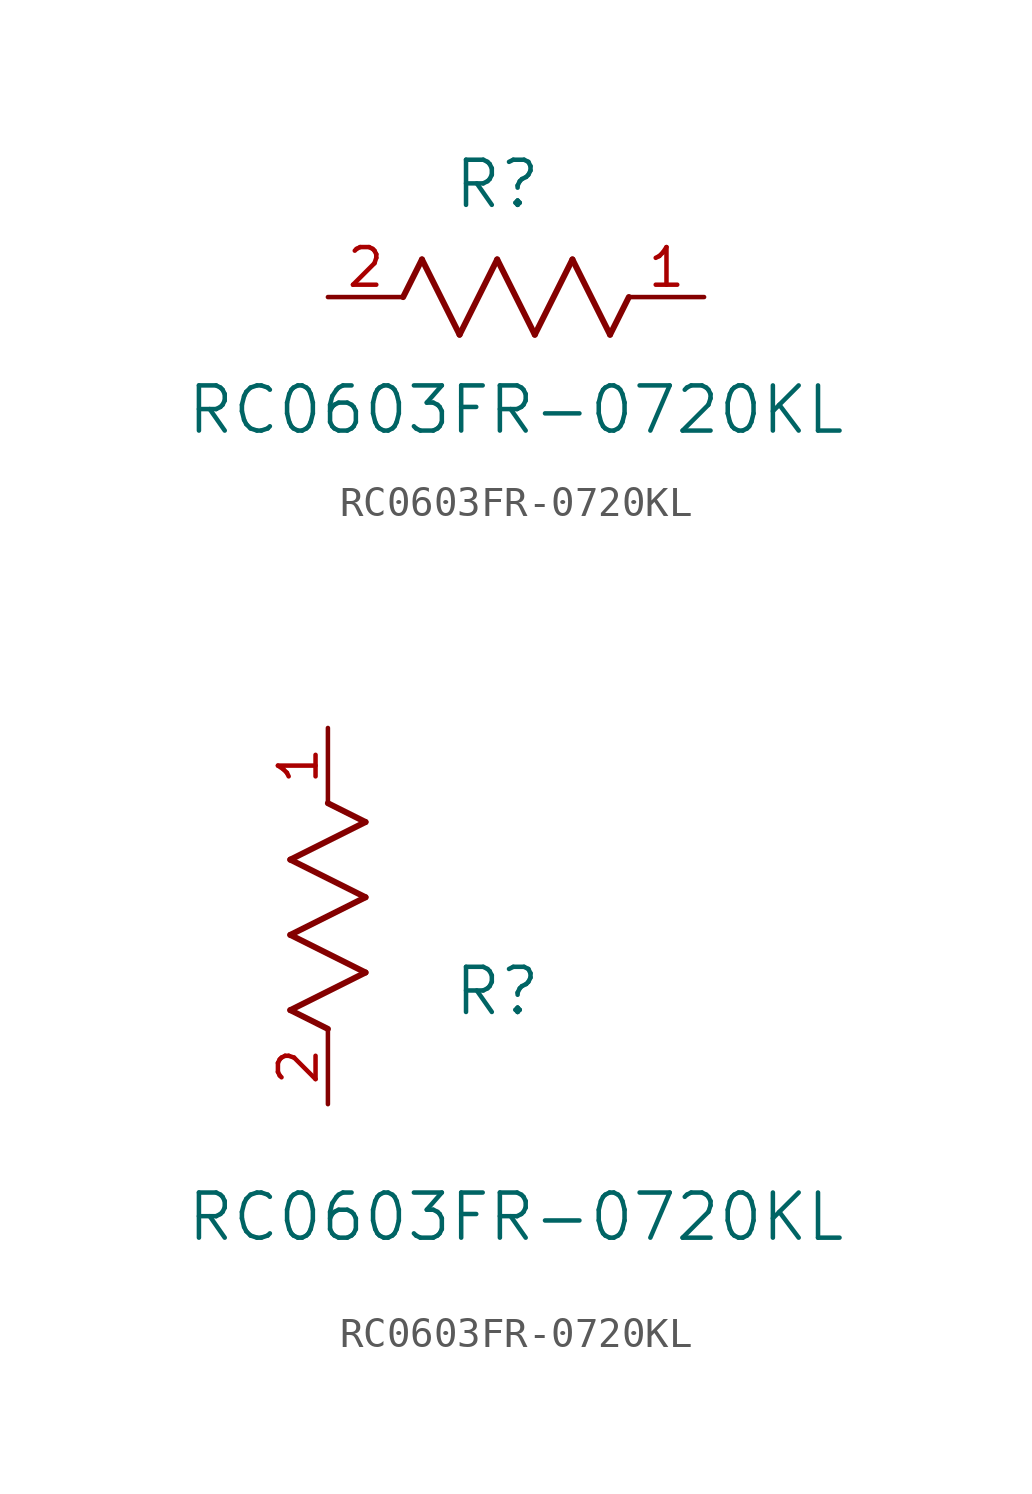
<source format=kicad_sym>
(kicad_symbol_lib
  (version 20211014)
  (generator kicad_symbol_editor)
  (symbol "RC0603FR-0720KL"
    (pin_names
      (offset 0.254))
    (property "Reference" "R"
      (at 5.715 3.81 0)
      (effects (font (size 1.524 1.524))))
    (property "Value" "RC0603FR-0720KL"
      (at 6.35 -3.81 0)
      (effects (font (size 1.524 1.524))))
    (symbol "RC0603FR-0720KL_1_1"
      (polyline (pts (xy 3.175 1.27) (xy 4.445 -1.27)) (stroke (width 0.203) (type default) (color 0 0 0 0)) (fill (type none)))
      (polyline (pts (xy 4.445 -1.27) (xy 5.715 1.27)) (stroke (width 0.203) (type default) (color 0 0 0 0)) (fill (type none)))
      (polyline (pts (xy 5.715 1.27) (xy 6.985 -1.27)) (stroke (width 0.203) (type default) (color 0 0 0 0)) (fill (type none)))
      (polyline (pts (xy 6.985 -1.27) (xy 8.255 1.27)) (stroke (width 0.203) (type default) (color 0 0 0 0)) (fill (type none)))
      (polyline (pts (xy 8.255 1.27) (xy 9.525 -1.27)) (stroke (width 0.203) (type default) (color 0 0 0 0)) (fill (type none)))
      (polyline (pts (xy 2.54 0) (xy 3.175 1.27)) (stroke (width 0.203) (type default) (color 0 0 0 0)) (fill (type none)))
      (polyline (pts (xy 9.525 -1.27) (xy 10.16 0)) (stroke (width 0.203) (type default) (color 0 0 0 0)) (fill (type none)))
      (pin unspecified line (at 12.7 0 180) (length 2.54) (name "" (effects (font (size 1.27 1.27)))) (number "1" (effects (font (size 1.27 1.27)))))
      (pin unspecified line (at 0 0 0) (length 2.54) (name "" (effects (font (size 1.27 1.27)))) (number "2" (effects (font (size 1.27 1.27))))))
    (symbol "RC0603FR-0720KL_1_2"
      (polyline (pts (xy 0 2.54) (xy -1.27 3.175)) (stroke (width 0.203) (type default) (color 0 0 0 0)) (fill (type none)))
      (polyline (pts (xy -1.27 3.175) (xy 1.27 4.445)) (stroke (width 0.203) (type default) (color 0 0 0 0)) (fill (type none)))
      (polyline (pts (xy 1.27 4.445) (xy -1.27 5.715)) (stroke (width 0.203) (type default) (color 0 0 0 0)) (fill (type none)))
      (polyline (pts (xy -1.27 5.715) (xy 1.27 6.985)) (stroke (width 0.203) (type default) (color 0 0 0 0)) (fill (type none)))
      (polyline (pts (xy -1.27 8.255) (xy 1.27 9.525)) (stroke (width 0.203) (type default) (color 0 0 0 0)) (fill (type none)))
      (polyline (pts (xy 1.27 9.525) (xy 0 10.16)) (stroke (width 0.203) (type default) (color 0 0 0 0)) (fill (type none)))
      (polyline (pts (xy 1.27 6.985) (xy -1.27 8.255)) (stroke (width 0.203) (type default) (color 0 0 0 0)) (fill (type none)))
      (pin unspecified line (at 0 12.7 270) (length 2.54) (name "" (effects (font (size 1.27 1.27)))) (number "1" (effects (font (size 1.27 1.27)))))
      (pin unspecified line (at 0 0 90) (length 2.54) (name "" (effects (font (size 1.27 1.27)))) (number "2" (effects (font (size 1.27 1.27))))))))
</source>
